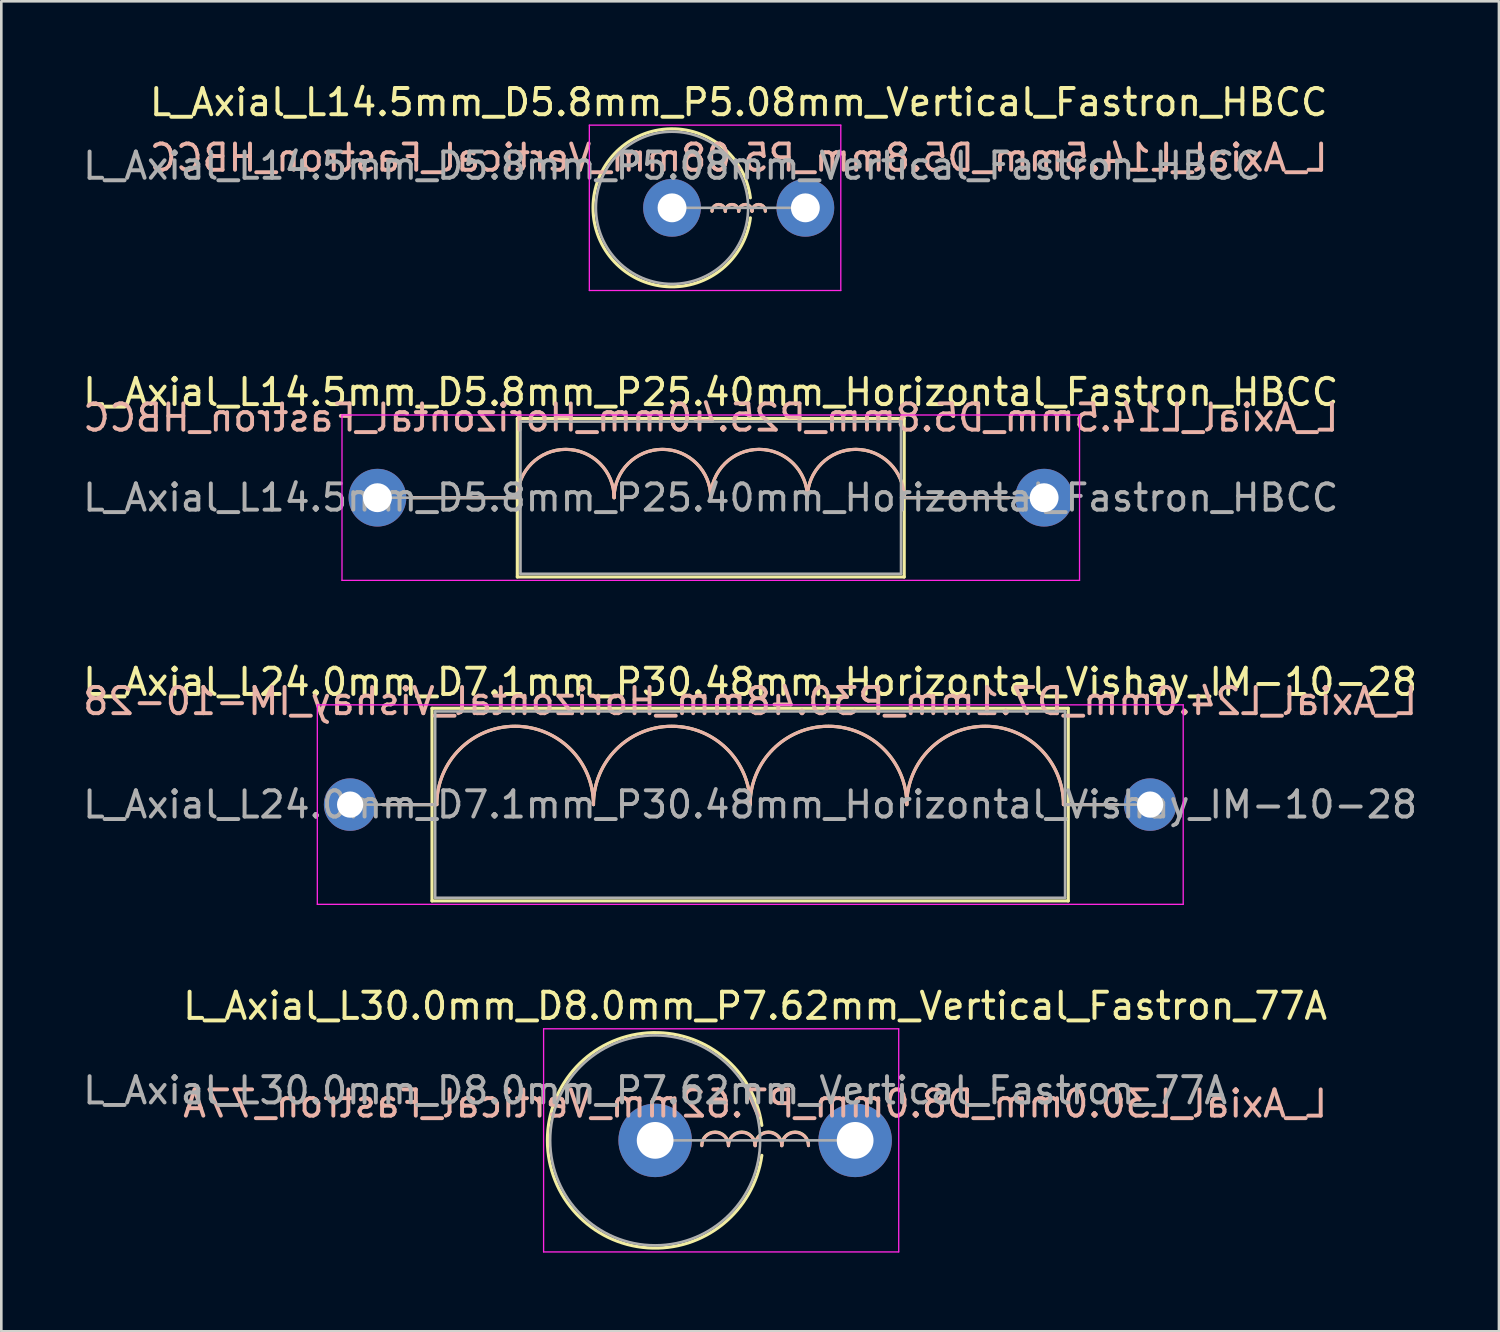
<source format=kicad_pcb>
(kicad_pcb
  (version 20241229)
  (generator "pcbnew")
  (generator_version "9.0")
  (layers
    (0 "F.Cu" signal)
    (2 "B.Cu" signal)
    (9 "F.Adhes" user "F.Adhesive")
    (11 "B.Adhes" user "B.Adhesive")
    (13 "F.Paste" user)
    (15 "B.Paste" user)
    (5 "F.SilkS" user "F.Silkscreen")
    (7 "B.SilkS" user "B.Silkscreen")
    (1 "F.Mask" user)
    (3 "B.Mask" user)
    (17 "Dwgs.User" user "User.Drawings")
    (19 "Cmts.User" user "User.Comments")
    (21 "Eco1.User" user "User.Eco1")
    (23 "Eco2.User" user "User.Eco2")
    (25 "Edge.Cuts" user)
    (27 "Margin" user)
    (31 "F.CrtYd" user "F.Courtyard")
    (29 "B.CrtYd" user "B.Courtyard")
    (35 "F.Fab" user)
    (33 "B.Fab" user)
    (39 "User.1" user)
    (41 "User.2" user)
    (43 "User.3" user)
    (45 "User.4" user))
  (footprint "L_Axial_L14.5mm_D5.8mm_P25.40mm_Horizontal_Fastron_HBCC"
    (layer "F.Cu")
    (at 11.33 15.912)
    (property "Reference" "L_Axial_L14.5mm_D5.8mm_P25.40mm_Horizontal_Fastron_HBCC" (at 12.7 -4.02 0) (layer "F.SilkS") (effects (font (size 1 1) (thickness 0.15))))
    (fp_line (start 1.34 0) (end 5.33 0) (stroke (width 0.12) (type solid)) (layer "F.SilkS"))
    (fp_line (start 5.33 -3.02) (end 5.33 3.02) (stroke (width 0.12) (type solid)) (layer "F.SilkS"))
    (fp_line (start 5.33 3.02) (end 20.07 3.02) (stroke (width 0.12) (type solid)) (layer "F.SilkS"))
    (fp_line (start 20.07 -3.02) (end 5.33 -3.02) (stroke (width 0.12) (type solid)) (layer "F.SilkS"))
    (fp_line (start 20.07 3.02) (end 20.07 -3.02) (stroke (width 0.12) (type solid)) (layer "F.SilkS"))
    (fp_line (start 24.06 0) (end 20.07 0) (stroke (width 0.12) (type solid)) (layer "F.SilkS"))
    (fp_arc (start 5.334 0) (mid 7.1755 -1.8415) (end 9.017 0) (stroke (width 0.12) (type solid)) (layer "F.SilkS"))
    (fp_arc (start 9.017 0) (mid 10.8585 -1.8415) (end 12.7 0) (stroke (width 0.12) (type solid)) (layer "F.SilkS"))
    (fp_arc (start 12.7 0) (mid 14.5415 -1.8415) (end 16.383 0) (stroke (width 0.12) (type solid)) (layer "F.SilkS"))
    (fp_arc (start 16.383 0) (mid 18.2245 -1.8415) (end 20.066 0) (stroke (width 0.12) (type solid)) (layer "F.SilkS"))
    (fp_line (start 1.34 0) (end 5.33 0) (stroke (width 0.12) (type solid)) (layer "B.SilkS"))
    (fp_line (start 24.06 0) (end 20.07 0) (stroke (width 0.12) (type solid)) (layer "B.SilkS"))
    (fp_arc (start 5.334 0) (mid 7.1755 -1.8415) (end 9.017 0) (stroke (width 0.12) (type solid)) (layer "B.SilkS"))
    (fp_arc (start 9.017 0) (mid 10.8585 -1.8415) (end 12.7 0) (stroke (width 0.12) (type solid)) (layer "B.SilkS"))
    (fp_arc (start 12.7 0) (mid 14.5415 -1.8415) (end 16.383 0) (stroke (width 0.12) (type solid)) (layer "B.SilkS"))
    (fp_arc (start 16.383 0) (mid 18.2245 -1.8415) (end 20.066 0) (stroke (width 0.12) (type solid)) (layer "B.SilkS"))
    (fp_line (start -1.35 -3.15) (end -1.35 3.15) (stroke (width 0.05) (type solid)) (layer "F.CrtYd"))
    (fp_line (start -1.35 3.15) (end 26.75 3.15) (stroke (width 0.05) (type solid)) (layer "F.CrtYd"))
    (fp_line (start 26.75 -3.15) (end -1.35 -3.15) (stroke (width 0.05) (type solid)) (layer "F.CrtYd"))
    (fp_line (start 26.75 3.15) (end 26.75 -3.15) (stroke (width 0.05) (type solid)) (layer "F.CrtYd"))
    (fp_line (start 0 0) (end 5.45 0) (stroke (width 0.1) (type solid)) (layer "F.Fab"))
    (fp_line (start 5.45 -2.9) (end 5.45 2.9) (stroke (width 0.1) (type solid)) (layer "F.Fab"))
    (fp_line (start 5.45 2.9) (end 19.95 2.9) (stroke (width 0.1) (type solid)) (layer "F.Fab"))
    (fp_line (start 19.95 -2.9) (end 5.45 -2.9) (stroke (width 0.1) (type solid)) (layer "F.Fab"))
    (fp_line (start 19.95 2.9) (end 19.95 -2.9) (stroke (width 0.1) (type solid)) (layer "F.Fab"))
    (fp_line (start 25.4 0) (end 19.95 0) (stroke (width 0.1) (type solid)) (layer "F.Fab"))
    (fp_text user "${REFERENCE}" (at 12.7 -3.048 0) (layer "B.SilkS") (effects (font (size 1 1) (thickness 0.15)) (justify mirror)))
    (fp_text user "${REFERENCE}" (at 12.7 0 0) (layer "F.Fab") (effects (font (size 1 1) (thickness 0.15))))
    (pad "1" thru_hole circle (at 0 0) (size 2.2 2.2) (drill 1.1) (layers "*.Cu" "*.Mask"))
    (pad "2" thru_hole oval (at 25.4 0) (size 2.2 2.2) (drill 1.1) (layers "*.Cu" "*.Mask")))
  (footprint "L_Axial_L30.0mm_D8.0mm_P7.62mm_Vertical_Fastron_77A"
    (layer "F.Cu")
    (at 21.911 40.398)
    (property "Reference" "L_Axial_L30.0mm_D8.0mm_P7.62mm_Vertical_Fastron_77A" (at 3.81 -5.12 0) (layer "F.SilkS") (effects (font (size 1 1) (thickness 0.15))))
    (fp_arc (start 1.778 0.1905) (mid 2.286 -0.3175) (end 2.794 0.1905) (stroke (width 0.12) (type solid)) (layer "F.SilkS"))
    (fp_arc (start 2.794 0.1905) (mid 3.302 -0.3175) (end 3.81 0.1905) (stroke (width 0.12) (type solid)) (layer "F.SilkS"))
    (fp_arc (start 3.81 0.1905) (mid 4.318 -0.3175) (end 4.826 0.1905) (stroke (width 0.12) (type solid)) (layer "F.SilkS"))
    (fp_arc (start 4.064 0.5715) (mid -4.103987 0) (end 4.064 -0.5715) (stroke (width 0.12) (type solid)) (layer "F.SilkS"))
    (fp_arc (start 4.826 0.1905) (mid 5.334 -0.3175) (end 5.842 0.1905) (stroke (width 0.12) (type solid)) (layer "F.SilkS"))
    (fp_arc (start 1.778 0.2032) (mid 2.286 -0.3048) (end 2.794 0.2032) (stroke (width 0.12) (type solid)) (layer "B.SilkS"))
    (fp_arc (start 2.794 0.2032) (mid 3.302 -0.3048) (end 3.81 0.2032) (stroke (width 0.12) (type solid)) (layer "B.SilkS"))
    (fp_arc (start 3.81 0.2032) (mid 4.318 -0.3048) (end 4.826 0.2032) (stroke (width 0.12) (type solid)) (layer "B.SilkS"))
    (fp_arc (start 4.826 0.2032) (mid 5.334 -0.3048) (end 5.842 0.2032) (stroke (width 0.12) (type solid)) (layer "B.SilkS"))
    (fp_line (start -4.25 -4.25) (end -4.25 4.25) (stroke (width 0.05) (type solid)) (layer "F.CrtYd"))
    (fp_line (start -4.25 4.25) (end 9.28 4.25) (stroke (width 0.05) (type solid)) (layer "F.CrtYd"))
    (fp_line (start 9.28 -4.25) (end -4.25 -4.25) (stroke (width 0.05) (type solid)) (layer "F.CrtYd"))
    (fp_line (start 9.28 4.25) (end 9.28 -4.25) (stroke (width 0.05) (type solid)) (layer "F.CrtYd"))
    (fp_line (start 0 0) (end 7.62 0) (stroke (width 0.1) (type solid)) (layer "F.Fab"))
    (fp_circle (center 0 0) (end 4 0) (stroke (width 0.1) (type solid)) (fill no) (layer "F.Fab"))
    (fp_text user "${REFERENCE}" (at 3.81 -1.397 0) (layer "B.SilkS") (effects (font (size 1 1) (thickness 0.15)) (justify mirror)))
    (fp_text user "${REFERENCE}" (at 0 -1.9 0) (layer "F.Fab") (effects (font (size 1 1) (thickness 0.15))))
    (pad "1" thru_hole circle (at 0 0) (size 2.8 2.8) (drill 1.4) (layers "*.Cu" "*.Mask"))
    (pad "2" thru_hole oval (at 7.62 0) (size 2.8 2.8) (drill 1.4) (layers "*.Cu" "*.Mask")))
  (footprint "L_Axial_L14.5mm_D5.8mm_P5.08mm_Vertical_Fastron_HBCC"
    (layer "F.Cu")
    (at 22.554 4.868)
    (property "Reference" "L_Axial_L14.5mm_D5.8mm_P5.08mm_Vertical_Fastron_HBCC" (at 2.54 -4.02 0) (layer "F.SilkS") (effects (font (size 1 1) (thickness 0.15))))
    (fp_arc (start 1.524 0.127) (mid 1.778 -0.127) (end 2.032 0.127) (stroke (width 0.12) (type solid)) (layer "F.SilkS"))
    (fp_arc (start 2.032 0.127) (mid 2.286 -0.127) (end 2.54 0.127) (stroke (width 0.12) (type solid)) (layer "F.SilkS"))
    (fp_arc (start 2.54 0.127) (mid 2.794 -0.127) (end 3.048 0.127) (stroke (width 0.12) (type solid)) (layer "F.SilkS"))
    (fp_arc (start 2.9845 0.381) (mid -3.008721 0) (end 2.9845 -0.381) (stroke (width 0.12) (type solid)) (layer "F.SilkS"))
    (fp_arc (start 3.048 0.127) (mid 3.302 -0.127) (end 3.556 0.127) (stroke (width 0.12) (type solid)) (layer "F.SilkS"))
    (fp_arc (start 1.524 0.127) (mid 1.778 -0.127) (end 2.032 0.127) (stroke (width 0.12) (type solid)) (layer "B.SilkS"))
    (fp_arc (start 2.032 0.127) (mid 2.286 -0.127) (end 2.54 0.127) (stroke (width 0.12) (type solid)) (layer "B.SilkS"))
    (fp_arc (start 2.54 0.127) (mid 2.794 -0.127) (end 3.048 0.127) (stroke (width 0.12) (type solid)) (layer "B.SilkS"))
    (fp_arc (start 3.048 0.127) (mid 3.302 -0.127) (end 3.556 0.127) (stroke (width 0.12) (type solid)) (layer "B.SilkS"))
    (fp_line (start -3.15 -3.15) (end -3.15 3.15) (stroke (width 0.05) (type solid)) (layer "F.CrtYd"))
    (fp_line (start -3.15 3.15) (end 6.43 3.15) (stroke (width 0.05) (type solid)) (layer "F.CrtYd"))
    (fp_line (start 6.43 -3.15) (end -3.15 -3.15) (stroke (width 0.05) (type solid)) (layer "F.CrtYd"))
    (fp_line (start 6.43 3.15) (end 6.43 -3.15) (stroke (width 0.05) (type solid)) (layer "F.CrtYd"))
    (fp_line (start 0 0) (end 5.08 0) (stroke (width 0.1) (type solid)) (layer "F.Fab"))
    (fp_circle (center 0 0) (end 2.9 0) (stroke (width 0.1) (type solid)) (fill no) (layer "F.Fab"))
    (fp_text user "${REFERENCE}" (at 2.54 -1.905 0) (layer "B.SilkS") (effects (font (size 1 1) (thickness 0.15)) (justify mirror)))
    (fp_text user "${REFERENCE}" (at 0 -1.6 0) (layer "F.Fab") (effects (font (size 1 1) (thickness 0.15))))
    (pad "1" thru_hole circle (at 0 0) (size 2.2 2.2) (drill 1.1) (layers "*.Cu" "*.Mask"))
    (pad "2" thru_hole oval (at 5.08 0) (size 2.2 2.2) (drill 1.1) (layers "*.Cu" "*.Mask")))
  (footprint "L_Axial_L24.0mm_D7.1mm_P30.48mm_Horizontal_Vishay_IM-10-28"
    (layer "F.Cu")
    (at 10.29 27.605)
    (property "Reference" "L_Axial_L24.0mm_D7.1mm_P30.48mm_Horizontal_Vishay_IM-10-28" (at 15.24 -4.67 0) (layer "F.SilkS") (effects (font (size 1 1) (thickness 0.15))))
    (fp_line (start 1.24 0) (end 3.12 0) (stroke (width 0.12) (type solid)) (layer "F.SilkS"))
    (fp_line (start 3.12 -3.67) (end 3.12 3.67) (stroke (width 0.12) (type solid)) (layer "F.SilkS"))
    (fp_line (start 3.12 3.67) (end 27.36 3.67) (stroke (width 0.12) (type solid)) (layer "F.SilkS"))
    (fp_line (start 3.302 0) (end 3.12 0) (stroke (width 0.12) (type solid)) (layer "F.SilkS"))
    (fp_line (start 27.178 0) (end 27.36 0) (stroke (width 0.12) (type solid)) (layer "F.SilkS"))
    (fp_line (start 27.36 -3.67) (end 3.12 -3.67) (stroke (width 0.12) (type solid)) (layer "F.SilkS"))
    (fp_line (start 27.36 3.67) (end 27.36 -3.67) (stroke (width 0.12) (type solid)) (layer "F.SilkS"))
    (fp_line (start 29.24 0) (end 27.36 0) (stroke (width 0.12) (type solid)) (layer "F.SilkS"))
    (fp_arc (start 3.302 0) (mid 6.2865 -2.9845) (end 9.271 0) (stroke (width 0.12) (type solid)) (layer "F.SilkS"))
    (fp_arc (start 9.271 0) (mid 12.2555 -2.9845) (end 15.24 0) (stroke (width 0.12) (type solid)) (layer "F.SilkS"))
    (fp_arc (start 15.24 0) (mid 18.2245 -2.9845) (end 21.209 0) (stroke (width 0.12) (type solid)) (layer "F.SilkS"))
    (fp_arc (start 21.209 0) (mid 24.1935 -2.9845) (end 27.178 0) (stroke (width 0.12) (type solid)) (layer "F.SilkS"))
    (fp_line (start 1.24 0) (end 3.12 0) (stroke (width 0.12) (type solid)) (layer "B.SilkS"))
    (fp_line (start 3.302 0) (end 3.12 0) (stroke (width 0.12) (type solid)) (layer "B.SilkS"))
    (fp_line (start 27.178 0) (end 27.36 0) (stroke (width 0.12) (type solid)) (layer "B.SilkS"))
    (fp_line (start 29.24 0) (end 27.36 0) (stroke (width 0.12) (type solid)) (layer "B.SilkS"))
    (fp_arc (start 3.302 0) (mid 6.2865 -2.9845) (end 9.271 0) (stroke (width 0.12) (type solid)) (layer "B.SilkS"))
    (fp_arc (start 9.271 0) (mid 12.2555 -2.9845) (end 15.24 0) (stroke (width 0.12) (type solid)) (layer "B.SilkS"))
    (fp_arc (start 15.24 0) (mid 18.2245 -2.9845) (end 21.209 0) (stroke (width 0.12) (type solid)) (layer "B.SilkS"))
    (fp_arc (start 21.209 0) (mid 24.1935 -2.9845) (end 27.178 0) (stroke (width 0.12) (type solid)) (layer "B.SilkS"))
    (fp_line (start -1.25 -3.8) (end -1.25 3.8) (stroke (width 0.05) (type solid)) (layer "F.CrtYd"))
    (fp_line (start -1.25 3.8) (end 31.74 3.8) (stroke (width 0.05) (type solid)) (layer "F.CrtYd"))
    (fp_line (start 31.74 -3.8) (end -1.25 -3.8) (stroke (width 0.05) (type solid)) (layer "F.CrtYd"))
    (fp_line (start 31.74 3.8) (end 31.74 -3.8) (stroke (width 0.05) (type solid)) (layer "F.CrtYd"))
    (fp_line (start 0 0) (end 3.24 0) (stroke (width 0.1) (type solid)) (layer "F.Fab"))
    (fp_line (start 3.24 -3.55) (end 3.24 3.55) (stroke (width 0.1) (type solid)) (layer "F.Fab"))
    (fp_line (start 3.24 3.55) (end 27.24 3.55) (stroke (width 0.1) (type solid)) (layer "F.Fab"))
    (fp_line (start 27.24 -3.55) (end 3.24 -3.55) (stroke (width 0.1) (type solid)) (layer "F.Fab"))
    (fp_line (start 27.24 3.55) (end 27.24 -3.55) (stroke (width 0.1) (type solid)) (layer "F.Fab"))
    (fp_line (start 30.48 0) (end 27.24 0) (stroke (width 0.1) (type solid)) (layer "F.Fab"))
    (fp_text user "${REFERENCE}" (at 15.24 -3.937 0) (layer "B.SilkS") (effects (font (size 1 1) (thickness 0.15)) (justify mirror)))
    (fp_text user "${REFERENCE}" (at 15.24 0 0) (layer "F.Fab") (effects (font (size 1 1) (thickness 0.15))))
    (pad "1" thru_hole circle (at 0 0) (size 2 2) (drill 1) (layers "*.Cu" "*.Mask"))
    (pad "2" thru_hole oval (at 30.48 0) (size 2 2) (drill 1) (layers "*.Cu" "*.Mask")))
  (gr_rect
    (start -3 -3)
    (end 54.06 47.673)
    (stroke (width 0.1) (type default))
    (fill no)
    (layer "Edge.Cuts")))
</source>
